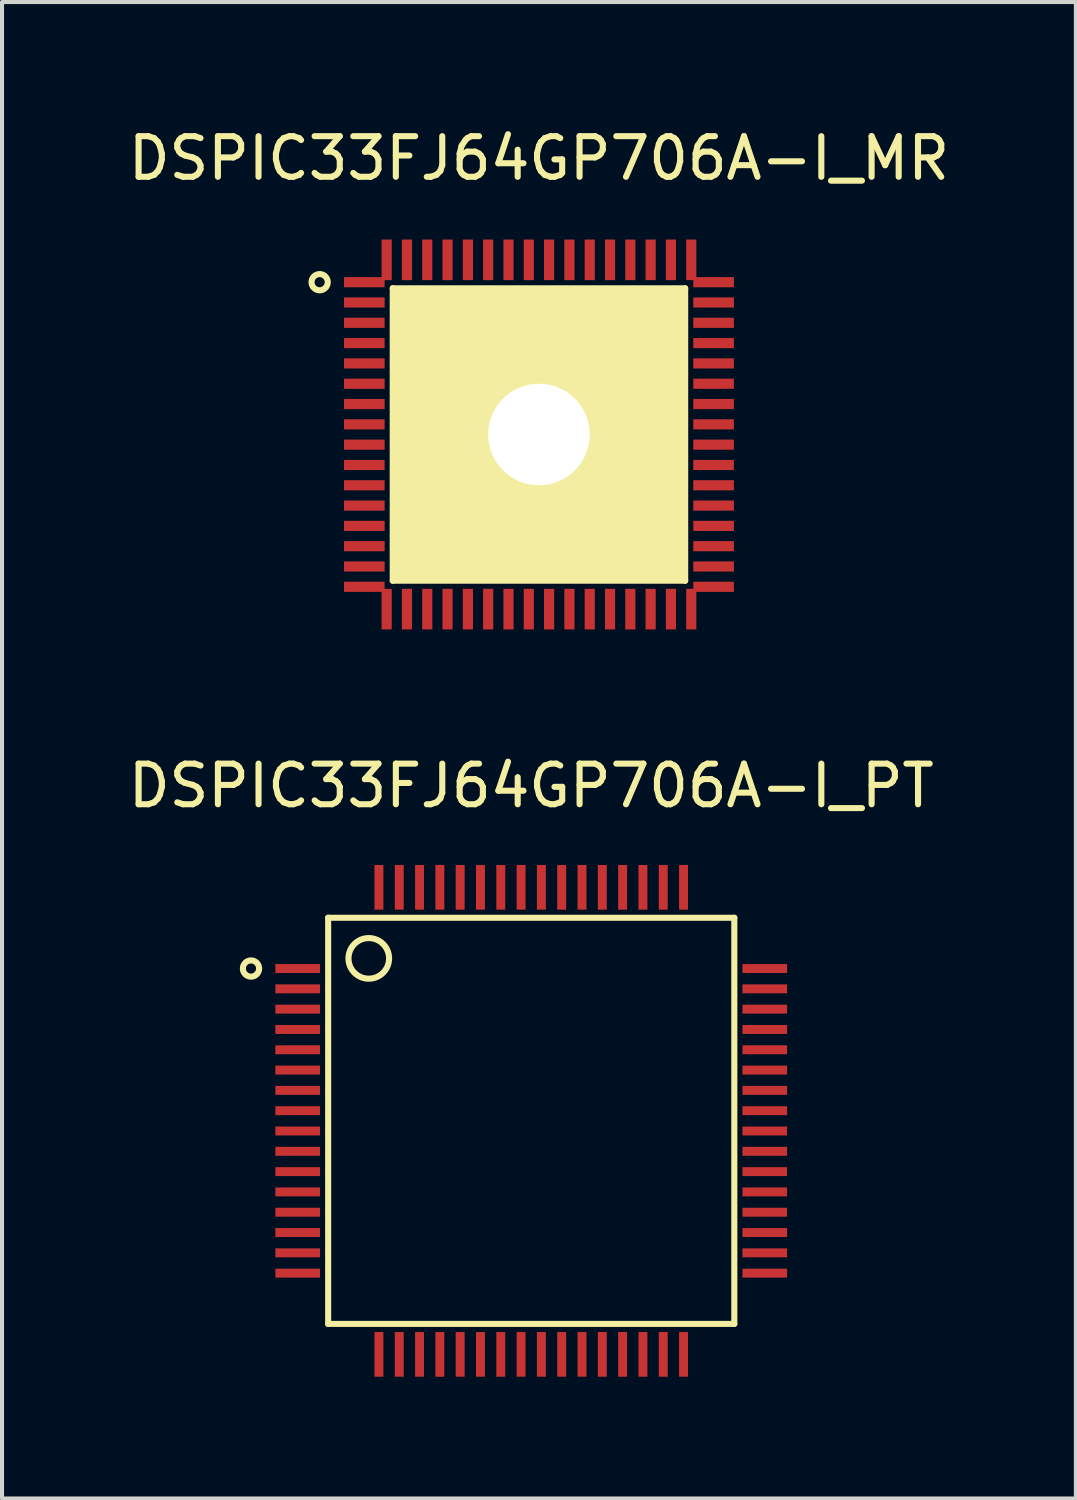
<source format=kicad_pcb>
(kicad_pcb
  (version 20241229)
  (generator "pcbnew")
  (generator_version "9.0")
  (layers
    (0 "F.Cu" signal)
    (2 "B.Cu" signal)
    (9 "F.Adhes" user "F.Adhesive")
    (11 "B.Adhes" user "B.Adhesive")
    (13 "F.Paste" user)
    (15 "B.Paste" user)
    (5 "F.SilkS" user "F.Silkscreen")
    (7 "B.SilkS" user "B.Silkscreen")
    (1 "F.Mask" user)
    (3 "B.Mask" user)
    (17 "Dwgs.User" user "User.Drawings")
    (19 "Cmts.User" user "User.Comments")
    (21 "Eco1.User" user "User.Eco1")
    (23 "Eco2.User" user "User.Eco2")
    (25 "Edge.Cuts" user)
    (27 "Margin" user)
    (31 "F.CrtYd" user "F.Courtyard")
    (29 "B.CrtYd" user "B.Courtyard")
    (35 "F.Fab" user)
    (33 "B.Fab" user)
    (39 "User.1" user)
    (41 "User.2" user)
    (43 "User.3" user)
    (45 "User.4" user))
  (footprint "DSPIC33FJ64GP706A-I_MR"
    (layer "F.Cu")
    (at 5.92 3.348)
    (property "Reference" "DSPIC33FJ64GP706A-I_MR" (at 4.3 -2.5 0) (layer "F.SilkS") (effects (font (size 1 1) (thickness 0.15))))
    (attr through_hole)
    (fp_line (start 0.7 0.7) (end 0.7 7.9) (stroke (width 0.15) (type solid)) (layer "F.SilkS"))
    (fp_line (start 0.7 0.7) (end 7.9 0.7) (stroke (width 0.15) (type solid)) (layer "F.SilkS"))
    (fp_line (start 0.7 7.9) (end 7.9 7.9) (stroke (width 0.15) (type solid)) (layer "F.SilkS"))
    (fp_line (start 7.9 7.9) (end 7.9 0.7) (stroke (width 0.15) (type solid)) (layer "F.SilkS"))
    (fp_circle (center -1.1 0.55) (end -1.1 0.35) (stroke (width 0.15) (type solid)) (fill no) (layer "F.SilkS"))
    (fp_circle (center 1.7 1.7) (end 1.7 1.2) (stroke (width 0.15) (type solid)) (fill no) (layer "F.SilkS"))
    (pad "1" smd rect (at 0 0.55) (size 1 0.25) (layers "F.Cu" "F.Mask" "F.Paste"))
    (pad "2" smd rect (at 0 1.05) (size 1 0.25) (layers "F.Cu" "F.Mask" "F.Paste"))
    (pad "3" smd rect (at 0 1.55) (size 1 0.25) (layers "F.Cu" "F.Mask" "F.Paste"))
    (pad "4" smd rect (at 0 2.05) (size 1 0.25) (layers "F.Cu" "F.Mask" "F.Paste"))
    (pad "5" smd rect (at 0 2.55) (size 1 0.25) (layers "F.Cu" "F.Mask" "F.Paste"))
    (pad "6" smd rect (at 0 3.05) (size 1 0.25) (layers "F.Cu" "F.Mask" "F.Paste"))
    (pad "7" smd rect (at 0 3.55) (size 1 0.25) (layers "F.Cu" "F.Mask" "F.Paste"))
    (pad "8" smd rect (at 0 4.05) (size 1 0.25) (layers "F.Cu" "F.Mask" "F.Paste"))
    (pad "9" smd rect (at 0 4.55) (size 1 0.25) (layers "F.Cu" "F.Mask" "F.Paste"))
    (pad "10" smd rect (at 0 5.05) (size 1 0.25) (layers "F.Cu" "F.Mask" "F.Paste"))
    (pad "11" smd rect (at 0 5.55) (size 1 0.25) (layers "F.Cu" "F.Mask" "F.Paste"))
    (pad "12" smd rect (at 0 6.05) (size 1 0.25) (layers "F.Cu" "F.Mask" "F.Paste"))
    (pad "13" smd rect (at 0 6.55) (size 1 0.25) (layers "F.Cu" "F.Mask" "F.Paste"))
    (pad "14" smd rect (at 0 7.05) (size 1 0.25) (layers "F.Cu" "F.Mask" "F.Paste"))
    (pad "15" smd rect (at 0 7.55) (size 1 0.25) (layers "F.Cu" "F.Mask" "F.Paste"))
    (pad "16" smd rect (at 0 8.05) (size 1 0.25) (layers "F.Cu" "F.Mask" "F.Paste"))
    (pad "17" smd rect (at 0.55 8.6) (size 0.25 1) (layers "F.Cu" "F.Mask" "F.Paste"))
    (pad "18" smd rect (at 1.05 8.6) (size 0.25 1) (layers "F.Cu" "F.Mask" "F.Paste"))
    (pad "19" smd rect (at 1.55 8.6) (size 0.25 1) (layers "F.Cu" "F.Mask" "F.Paste"))
    (pad "20" smd rect (at 2.05 8.6) (size 0.25 1) (layers "F.Cu" "F.Mask" "F.Paste"))
    (pad "21" smd rect (at 2.55 8.6) (size 0.25 1) (layers "F.Cu" "F.Mask" "F.Paste"))
    (pad "22" smd rect (at 3.05 8.6) (size 0.25 1) (layers "F.Cu" "F.Mask" "F.Paste"))
    (pad "23" smd rect (at 3.55 8.6) (size 0.25 1) (layers "F.Cu" "F.Mask" "F.Paste"))
    (pad "24" smd rect (at 4.05 8.6) (size 0.25 1) (layers "F.Cu" "F.Mask" "F.Paste"))
    (pad "25" smd rect (at 4.55 8.6) (size 0.25 1) (layers "F.Cu" "F.Mask" "F.Paste"))
    (pad "26" smd rect (at 5.05 8.6) (size 0.25 1) (layers "F.Cu" "F.Mask" "F.Paste"))
    (pad "27" smd rect (at 5.55 8.6) (size 0.25 1) (layers "F.Cu" "F.Mask" "F.Paste"))
    (pad "28" smd rect (at 6.05 8.6) (size 0.25 1) (layers "F.Cu" "F.Mask" "F.Paste"))
    (pad "29" smd rect (at 6.55 8.6) (size 0.25 1) (layers "F.Cu" "F.Mask" "F.Paste"))
    (pad "30" smd rect (at 7.05 8.6) (size 0.25 1) (layers "F.Cu" "F.Mask" "F.Paste"))
    (pad "31" smd rect (at 7.55 8.6) (size 0.25 1) (layers "F.Cu" "F.Mask" "F.Paste"))
    (pad "32" smd rect (at 8.05 8.6) (size 0.25 1) (layers "F.Cu" "F.Mask" "F.Paste"))
    (pad "33" smd rect (at 8.6 8.05) (size 1 0.25) (layers "F.Cu" "F.Mask" "F.Paste"))
    (pad "34" smd rect (at 8.6 7.55) (size 1 0.25) (layers "F.Cu" "F.Mask" "F.Paste"))
    (pad "35" smd rect (at 8.6 7.05) (size 1 0.25) (layers "F.Cu" "F.Mask" "F.Paste"))
    (pad "36" smd rect (at 8.6 6.55) (size 1 0.25) (layers "F.Cu" "F.Mask" "F.Paste"))
    (pad "37" smd rect (at 8.6 6.05) (size 1 0.25) (layers "F.Cu" "F.Mask" "F.Paste"))
    (pad "38" smd rect (at 8.6 5.55) (size 1 0.25) (layers "F.Cu" "F.Mask" "F.Paste"))
    (pad "39" smd rect (at 8.6 5.05) (size 1 0.25) (layers "F.Cu" "F.Mask" "F.Paste"))
    (pad "40" smd rect (at 8.6 4.55) (size 1 0.25) (layers "F.Cu" "F.Mask" "F.Paste"))
    (pad "41" smd rect (at 8.6 4.05) (size 1 0.25) (layers "F.Cu" "F.Mask" "F.Paste"))
    (pad "42" smd rect (at 8.6 3.55) (size 1 0.25) (layers "F.Cu" "F.Mask" "F.Paste"))
    (pad "43" smd rect (at 8.6 3.05) (size 1 0.25) (layers "F.Cu" "F.Mask" "F.Paste"))
    (pad "44" smd rect (at 8.6 2.55) (size 1 0.25) (layers "F.Cu" "F.Mask" "F.Paste"))
    (pad "45" smd rect (at 8.6 2.05) (size 1 0.25) (layers "F.Cu" "F.Mask" "F.Paste"))
    (pad "46" smd rect (at 8.6 1.55) (size 1 0.25) (layers "F.Cu" "F.Mask" "F.Paste"))
    (pad "47" smd rect (at 8.6 1.05) (size 1 0.25) (layers "F.Cu" "F.Mask" "F.Paste"))
    (pad "48" smd rect (at 8.6 0.55) (size 1 0.25) (layers "F.Cu" "F.Mask" "F.Paste"))
    (pad "49" smd rect (at 8.05 0) (size 0.25 1) (layers "F.Cu" "F.Mask" "F.Paste"))
    (pad "50" smd rect (at 7.55 0) (size 0.25 1) (layers "F.Cu" "F.Mask" "F.Paste"))
    (pad "51" smd rect (at 7.05 0) (size 0.25 1) (layers "F.Cu" "F.Mask" "F.Paste"))
    (pad "52" smd rect (at 6.55 0) (size 0.25 1) (layers "F.Cu" "F.Mask" "F.Paste"))
    (pad "53" smd rect (at 6.05 0) (size 0.25 1) (layers "F.Cu" "F.Mask" "F.Paste"))
    (pad "54" smd rect (at 5.55 0) (size 0.25 1) (layers "F.Cu" "F.Mask" "F.Paste"))
    (pad "55" smd rect (at 5.05 0) (size 0.25 1) (layers "F.Cu" "F.Mask" "F.Paste"))
    (pad "56" smd rect (at 4.55 0) (size 0.25 1) (layers "F.Cu" "F.Mask" "F.Paste"))
    (pad "57" smd rect (at 4.05 0) (size 0.25 1) (layers "F.Cu" "F.Mask" "F.Paste"))
    (pad "58" smd rect (at 3.55 0) (size 0.25 1) (layers "F.Cu" "F.Mask" "F.Paste"))
    (pad "59" smd rect (at 3.05 0) (size 0.25 1) (layers "F.Cu" "F.Mask" "F.Paste"))
    (pad "60" smd rect (at 2.55 0) (size 0.25 1) (layers "F.Cu" "F.Mask" "F.Paste"))
    (pad "61" smd rect (at 2.05 0) (size 0.25 1) (layers "F.Cu" "F.Mask" "F.Paste"))
    (pad "62" smd rect (at 1.55 0) (size 0.25 1) (layers "F.Cu" "F.Mask" "F.Paste"))
    (pad "63" smd rect (at 1.05 0) (size 0.25 1) (layers "F.Cu" "F.Mask" "F.Paste"))
    (pad "64" smd rect (at 0.55 0) (size 0.25 1) (layers "F.Cu" "F.Mask" "F.Paste"))
    (pad "999" thru_hole rect (at 4.3 4.3) (size 7.15 7.15) (drill 2.5) (layers "*.Cu" "*.Mask" "F.SilkS")))
  (footprint "DSPIC33FJ64GP706A-I_PT"
    (layer "F.Cu")
    (at 4.28 18.797)
    (property "Reference" "DSPIC33FJ64GP706A-I_PT" (at 5.75 -2.5 0) (layer "F.SilkS") (effects (font (size 1 1) (thickness 0.15))))
    (attr through_hole)
    (fp_line (start 0.75 0.75) (end 0.75 10.75) (stroke (width 0.15) (type solid)) (layer "F.SilkS"))
    (fp_line (start 0.75 0.75) (end 10.75 0.75) (stroke (width 0.15) (type solid)) (layer "F.SilkS"))
    (fp_line (start 0.75 10.75) (end 10.75 10.75) (stroke (width 0.15) (type solid)) (layer "F.SilkS"))
    (fp_line (start 10.75 10.75) (end 10.75 0.75) (stroke (width 0.15) (type solid)) (layer "F.SilkS"))
    (fp_circle (center -1.15 2) (end -1.15 1.8) (stroke (width 0.15) (type solid)) (fill no) (layer "F.SilkS"))
    (fp_circle (center 1.75 1.75) (end 1.75 1.25) (stroke (width 0.15) (type solid)) (fill no) (layer "F.SilkS"))
    (pad "1" smd rect (at 0 2) (size 1.1 0.22) (layers "F.Cu" "F.Mask" "F.Paste"))
    (pad "2" smd rect (at 0 2.5) (size 1.1 0.22) (layers "F.Cu" "F.Mask" "F.Paste"))
    (pad "3" smd rect (at 0 3) (size 1.1 0.22) (layers "F.Cu" "F.Mask" "F.Paste"))
    (pad "4" smd rect (at 0 3.5) (size 1.1 0.22) (layers "F.Cu" "F.Mask" "F.Paste"))
    (pad "5" smd rect (at 0 4) (size 1.1 0.22) (layers "F.Cu" "F.Mask" "F.Paste"))
    (pad "6" smd rect (at 0 4.5) (size 1.1 0.22) (layers "F.Cu" "F.Mask" "F.Paste"))
    (pad "7" smd rect (at 0 5) (size 1.1 0.22) (layers "F.Cu" "F.Mask" "F.Paste"))
    (pad "8" smd rect (at 0 5.5) (size 1.1 0.22) (layers "F.Cu" "F.Mask" "F.Paste"))
    (pad "9" smd rect (at 0 6) (size 1.1 0.22) (layers "F.Cu" "F.Mask" "F.Paste"))
    (pad "10" smd rect (at 0 6.5) (size 1.1 0.22) (layers "F.Cu" "F.Mask" "F.Paste"))
    (pad "11" smd rect (at 0 7) (size 1.1 0.22) (layers "F.Cu" "F.Mask" "F.Paste"))
    (pad "12" smd rect (at 0 7.5) (size 1.1 0.22) (layers "F.Cu" "F.Mask" "F.Paste"))
    (pad "13" smd rect (at 0 8) (size 1.1 0.22) (layers "F.Cu" "F.Mask" "F.Paste"))
    (pad "14" smd rect (at 0 8.5) (size 1.1 0.22) (layers "F.Cu" "F.Mask" "F.Paste"))
    (pad "15" smd rect (at 0 9) (size 1.1 0.22) (layers "F.Cu" "F.Mask" "F.Paste"))
    (pad "16" smd rect (at 0 9.5) (size 1.1 0.22) (layers "F.Cu" "F.Mask" "F.Paste"))
    (pad "17" smd rect (at 2 11.5) (size 0.22 1.1) (layers "F.Cu" "F.Mask" "F.Paste"))
    (pad "18" smd rect (at 2.5 11.5) (size 0.22 1.1) (layers "F.Cu" "F.Mask" "F.Paste"))
    (pad "19" smd rect (at 3 11.5) (size 0.22 1.1) (layers "F.Cu" "F.Mask" "F.Paste"))
    (pad "20" smd rect (at 3.5 11.5) (size 0.22 1.1) (layers "F.Cu" "F.Mask" "F.Paste"))
    (pad "21" smd rect (at 4 11.5) (size 0.22 1.1) (layers "F.Cu" "F.Mask" "F.Paste"))
    (pad "22" smd rect (at 4.5 11.5) (size 0.22 1.1) (layers "F.Cu" "F.Mask" "F.Paste"))
    (pad "23" smd rect (at 5 11.5) (size 0.22 1.1) (layers "F.Cu" "F.Mask" "F.Paste"))
    (pad "24" smd rect (at 5.5 11.5) (size 0.22 1.1) (layers "F.Cu" "F.Mask" "F.Paste"))
    (pad "25" smd rect (at 6 11.5) (size 0.22 1.1) (layers "F.Cu" "F.Mask" "F.Paste"))
    (pad "26" smd rect (at 6.5 11.5) (size 0.22 1.1) (layers "F.Cu" "F.Mask" "F.Paste"))
    (pad "27" smd rect (at 7 11.5) (size 0.22 1.1) (layers "F.Cu" "F.Mask" "F.Paste"))
    (pad "28" smd rect (at 7.5 11.5) (size 0.22 1.1) (layers "F.Cu" "F.Mask" "F.Paste"))
    (pad "29" smd rect (at 8 11.5) (size 0.22 1.1) (layers "F.Cu" "F.Mask" "F.Paste"))
    (pad "30" smd rect (at 8.5 11.5) (size 0.22 1.1) (layers "F.Cu" "F.Mask" "F.Paste"))
    (pad "31" smd rect (at 9 11.5) (size 0.22 1.1) (layers "F.Cu" "F.Mask" "F.Paste"))
    (pad "32" smd rect (at 9.5 11.5) (size 0.22 1.1) (layers "F.Cu" "F.Mask" "F.Paste"))
    (pad "33" smd rect (at 11.5 9.5) (size 1.1 0.22) (layers "F.Cu" "F.Mask" "F.Paste"))
    (pad "34" smd rect (at 11.5 9) (size 1.1 0.22) (layers "F.Cu" "F.Mask" "F.Paste"))
    (pad "35" smd rect (at 11.5 8.5) (size 1.1 0.22) (layers "F.Cu" "F.Mask" "F.Paste"))
    (pad "36" smd rect (at 11.5 8) (size 1.1 0.22) (layers "F.Cu" "F.Mask" "F.Paste"))
    (pad "37" smd rect (at 11.5 7.5) (size 1.1 0.22) (layers "F.Cu" "F.Mask" "F.Paste"))
    (pad "38" smd rect (at 11.5 7) (size 1.1 0.22) (layers "F.Cu" "F.Mask" "F.Paste"))
    (pad "39" smd rect (at 11.5 6.5) (size 1.1 0.22) (layers "F.Cu" "F.Mask" "F.Paste"))
    (pad "40" smd rect (at 11.5 6) (size 1.1 0.22) (layers "F.Cu" "F.Mask" "F.Paste"))
    (pad "41" smd rect (at 11.5 5.5) (size 1.1 0.22) (layers "F.Cu" "F.Mask" "F.Paste"))
    (pad "42" smd rect (at 11.5 5) (size 1.1 0.22) (layers "F.Cu" "F.Mask" "F.Paste"))
    (pad "43" smd rect (at 11.5 4.5) (size 1.1 0.22) (layers "F.Cu" "F.Mask" "F.Paste"))
    (pad "44" smd rect (at 11.5 4) (size 1.1 0.22) (layers "F.Cu" "F.Mask" "F.Paste"))
    (pad "45" smd rect (at 11.5 3.5) (size 1.1 0.22) (layers "F.Cu" "F.Mask" "F.Paste"))
    (pad "46" smd rect (at 11.5 3) (size 1.1 0.22) (layers "F.Cu" "F.Mask" "F.Paste"))
    (pad "47" smd rect (at 11.5 2.5) (size 1.1 0.22) (layers "F.Cu" "F.Mask" "F.Paste"))
    (pad "48" smd rect (at 11.5 2) (size 1.1 0.22) (layers "F.Cu" "F.Mask" "F.Paste"))
    (pad "49" smd rect (at 9.5 0) (size 0.22 1.1) (layers "F.Cu" "F.Mask" "F.Paste"))
    (pad "50" smd rect (at 9 0) (size 0.22 1.1) (layers "F.Cu" "F.Mask" "F.Paste"))
    (pad "51" smd rect (at 8.5 0) (size 0.22 1.1) (layers "F.Cu" "F.Mask" "F.Paste"))
    (pad "52" smd rect (at 8 0) (size 0.22 1.1) (layers "F.Cu" "F.Mask" "F.Paste"))
    (pad "53" smd rect (at 7.5 0) (size 0.22 1.1) (layers "F.Cu" "F.Mask" "F.Paste"))
    (pad "54" smd rect (at 7 0) (size 0.22 1.1) (layers "F.Cu" "F.Mask" "F.Paste"))
    (pad "55" smd rect (at 6.5 0) (size 0.22 1.1) (layers "F.Cu" "F.Mask" "F.Paste"))
    (pad "56" smd rect (at 6 0) (size 0.22 1.1) (layers "F.Cu" "F.Mask" "F.Paste"))
    (pad "57" smd rect (at 5.5 0) (size 0.22 1.1) (layers "F.Cu" "F.Mask" "F.Paste"))
    (pad "58" smd rect (at 5 0) (size 0.22 1.1) (layers "F.Cu" "F.Mask" "F.Paste"))
    (pad "59" smd rect (at 4.5 0) (size 0.22 1.1) (layers "F.Cu" "F.Mask" "F.Paste"))
    (pad "60" smd rect (at 4 0) (size 0.22 1.1) (layers "F.Cu" "F.Mask" "F.Paste"))
    (pad "61" smd rect (at 3.5 0) (size 0.22 1.1) (layers "F.Cu" "F.Mask" "F.Paste"))
    (pad "62" smd rect (at 3 0) (size 0.22 1.1) (layers "F.Cu" "F.Mask" "F.Paste"))
    (pad "63" smd rect (at 2.5 0) (size 0.22 1.1) (layers "F.Cu" "F.Mask" "F.Paste"))
    (pad "64" smd rect (at 2 0) (size 0.22 1.1) (layers "F.Cu" "F.Mask" "F.Paste")))
  (gr_rect
    (start -3 -3)
    (end 23.44 33.846)
    (stroke (width 0.1) (type default))
    (fill no)
    (layer "Edge.Cuts")))
</source>
